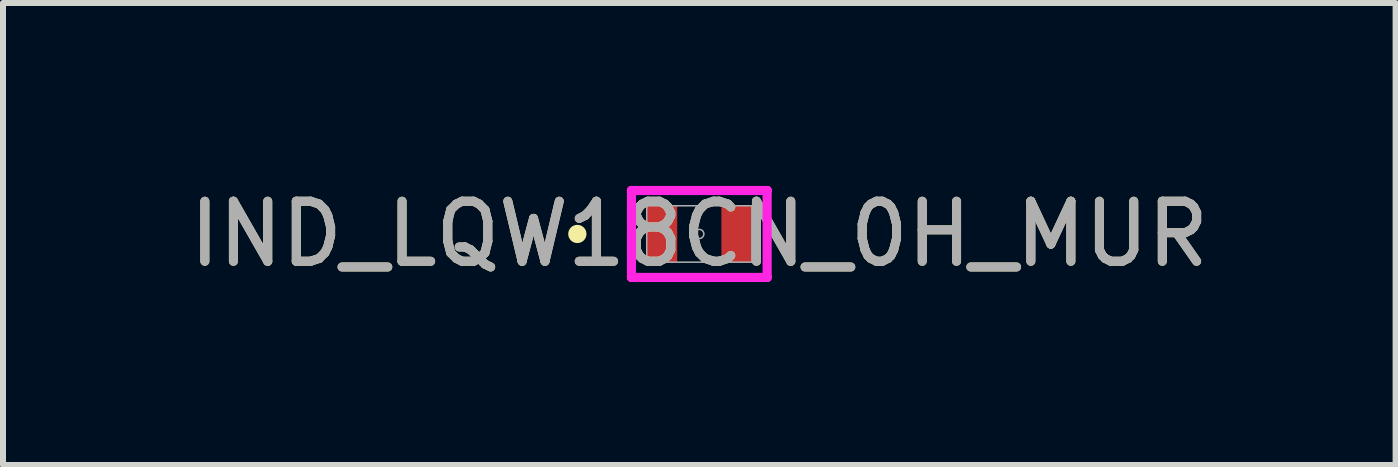
<source format=kicad_pcb>
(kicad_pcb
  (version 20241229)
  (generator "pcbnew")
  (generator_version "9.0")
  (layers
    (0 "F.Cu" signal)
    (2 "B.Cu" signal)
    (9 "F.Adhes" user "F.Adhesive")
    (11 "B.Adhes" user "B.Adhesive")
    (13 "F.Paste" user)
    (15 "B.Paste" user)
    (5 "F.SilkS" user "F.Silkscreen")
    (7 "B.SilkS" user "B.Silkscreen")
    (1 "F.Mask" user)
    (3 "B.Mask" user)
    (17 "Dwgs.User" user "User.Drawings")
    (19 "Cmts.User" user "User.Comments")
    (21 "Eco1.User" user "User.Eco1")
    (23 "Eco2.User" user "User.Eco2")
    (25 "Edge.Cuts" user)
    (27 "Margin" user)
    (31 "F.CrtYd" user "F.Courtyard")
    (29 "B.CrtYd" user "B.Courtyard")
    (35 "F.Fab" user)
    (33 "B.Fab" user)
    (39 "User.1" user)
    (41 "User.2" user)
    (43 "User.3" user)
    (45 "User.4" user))
  (footprint "IND_LQW18CN_0H_MUR"
    (layer "F.Cu")
    (at 8.601 0.848)
    (property "Reference" "IND_LQW18CN_0H_MUR" (at 0 0 0) (unlocked yes) (layer "F.SilkS") (effects (font (size 1 1) (thickness 0.15))))
    (attr smd)
    (fp_circle (center -2.032 0) (end -1.956 0) (stroke (width 0.152) (type solid)) (fill no) (layer "F.SilkS"))
    (fp_line (start -1.13 -0.724) (end -1.13 -0.724) (stroke (width 0.152) (type solid)) (layer "F.CrtYd"))
    (fp_line (start -1.13 -0.724) (end -1.13 -0.724) (stroke (width 0.152) (type solid)) (layer "F.CrtYd"))
    (fp_line (start -1.13 -0.724) (end 1.13 -0.724) (stroke (width 0.152) (type solid)) (layer "F.CrtYd"))
    (fp_line (start -1.13 0.724) (end -1.13 -0.724) (stroke (width 0.152) (type solid)) (layer "F.CrtYd"))
    (fp_line (start -1.13 0.724) (end -1.13 0.724) (stroke (width 0.152) (type solid)) (layer "F.CrtYd"))
    (fp_line (start -1.13 0.724) (end -1.13 0.724) (stroke (width 0.152) (type solid)) (layer "F.CrtYd"))
    (fp_line (start 1.13 -0.724) (end 1.13 -0.724) (stroke (width 0.152) (type solid)) (layer "F.CrtYd"))
    (fp_line (start 1.13 -0.724) (end 1.13 -0.724) (stroke (width 0.152) (type solid)) (layer "F.CrtYd"))
    (fp_line (start 1.13 -0.724) (end 1.13 0.724) (stroke (width 0.152) (type solid)) (layer "F.CrtYd"))
    (fp_line (start 1.13 0.724) (end -1.13 0.724) (stroke (width 0.152) (type solid)) (layer "F.CrtYd"))
    (fp_line (start 1.13 0.724) (end 1.13 0.724) (stroke (width 0.152) (type solid)) (layer "F.CrtYd"))
    (fp_line (start 1.13 0.724) (end 1.13 0.724) (stroke (width 0.152) (type solid)) (layer "F.CrtYd"))
    (fp_line (start -0.876 -0.47) (end -0.876 0.47) (stroke (width 0.025) (type solid)) (layer "F.Fab"))
    (fp_line (start -0.876 0.47) (end 0.876 0.47) (stroke (width 0.025) (type solid)) (layer "F.Fab"))
    (fp_line (start 0.876 -0.47) (end -0.876 -0.47) (stroke (width 0.025) (type solid)) (layer "F.Fab"))
    (fp_line (start 0.876 0.47) (end 0.876 -0.47) (stroke (width 0.025) (type solid)) (layer "F.Fab"))
    (fp_circle (center 0 0) (end 0.076 0) (stroke (width 0.025) (type solid)) (fill no) (layer "F.Fab"))
    (fp_text user "${REFERENCE}" (at 0 0 0) (unlocked yes) (layer "F.Fab") (effects (font (size 1 1) (thickness 0.15))))
    (pad "1" smd rect (at -0.622 0) (size 0.508 0.94) (layers "F.Cu" "F.Mask" "F.Paste"))
    (pad "2" smd rect (at 0.622 0) (size 0.508 0.94) (layers "F.Cu" "F.Mask" "F.Paste")))
  (gr_rect
    (start -3 -3)
    (end 20.202 4.697)
    (stroke (width 0.1) (type default))
    (fill no)
    (layer "Edge.Cuts")))
</source>
